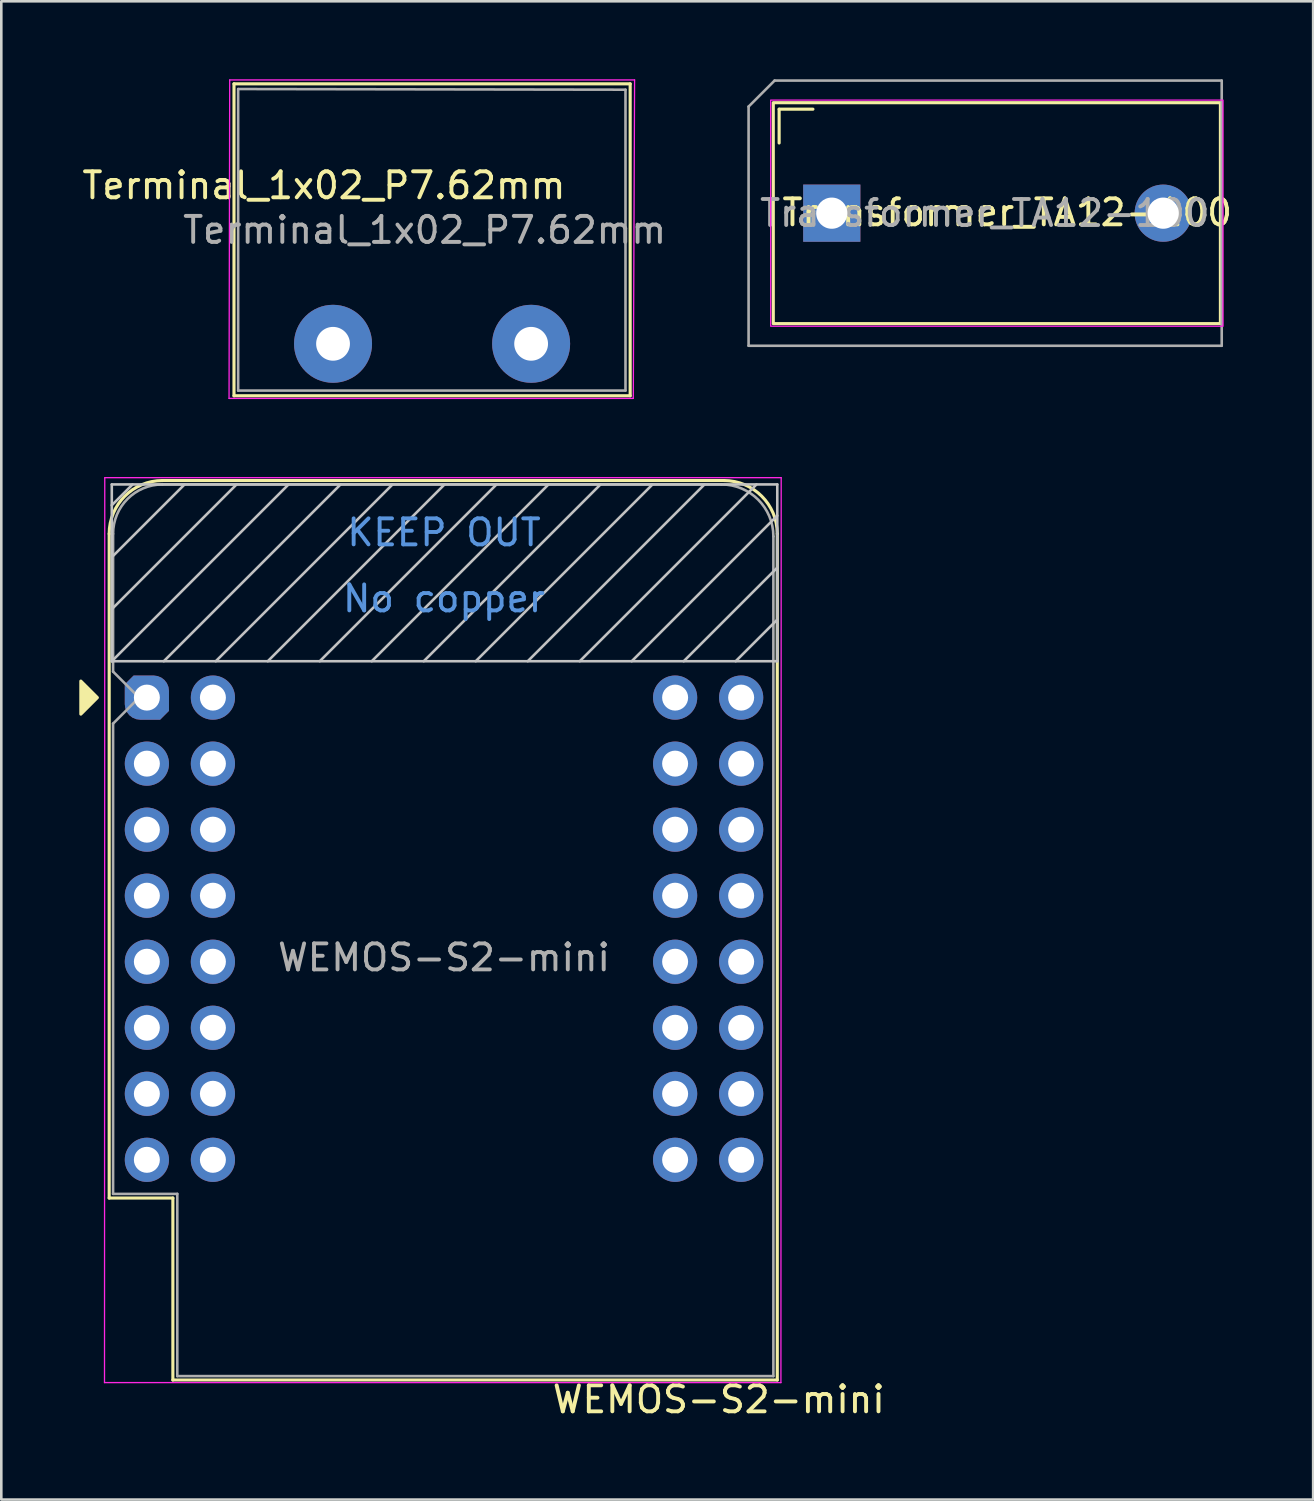
<source format=kicad_pcb>
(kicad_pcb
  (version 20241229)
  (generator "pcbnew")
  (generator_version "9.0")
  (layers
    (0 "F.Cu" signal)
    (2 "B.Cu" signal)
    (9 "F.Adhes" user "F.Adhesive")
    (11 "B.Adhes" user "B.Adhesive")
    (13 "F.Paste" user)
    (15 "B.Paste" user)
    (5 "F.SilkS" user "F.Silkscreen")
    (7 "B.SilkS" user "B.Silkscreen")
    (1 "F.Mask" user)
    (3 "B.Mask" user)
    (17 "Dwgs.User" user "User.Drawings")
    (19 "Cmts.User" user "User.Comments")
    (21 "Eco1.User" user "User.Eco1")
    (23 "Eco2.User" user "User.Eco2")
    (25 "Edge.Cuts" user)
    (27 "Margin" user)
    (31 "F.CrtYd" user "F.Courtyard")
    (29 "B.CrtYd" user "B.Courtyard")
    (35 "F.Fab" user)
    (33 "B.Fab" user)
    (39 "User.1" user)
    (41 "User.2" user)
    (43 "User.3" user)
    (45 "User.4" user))
  (footprint "Transformer_TA12-100"
    (layer "F.Cu")
    (at 28.946 5.15)
    (property "Reference" "Transformer_TA12-100" (at 6.75 -0.025 180) (layer "F.SilkS") (effects (font (size 1 1) (thickness 0.15))))
    (attr through_hole)
    (fp_line (start -2.025 -4) (end -0.725 -4) (stroke (width 0.12) (type default)) (layer "F.SilkS"))
    (fp_line (start -2.025 -2.7) (end -2.025 -4) (stroke (width 0.12) (type default)) (layer "F.SilkS"))
    (fp_rect (start -2.25 -4.25) (end 14.95 4.25) (stroke (width 0.12) (type default)) (fill no) (layer "F.SilkS"))
    (fp_rect (start -2.35 -4.35) (end 15.05 4.35) (stroke (width 0.05) (type default)) (fill no) (layer "F.CrtYd"))
    (fp_line (start -3.2 -4.1) (end -2.2 -5.1) (stroke (width 0.1) (type default)) (layer "F.Fab"))
    (fp_line (start -3.2 5.1) (end -3.2 -4.1) (stroke (width 0.1) (type default)) (layer "F.Fab"))
    (fp_line (start -2.2 -5.1) (end 15 -5.1) (stroke (width 0.1) (type default)) (layer "F.Fab"))
    (fp_line (start 15 -5.1) (end 15 5.1) (stroke (width 0.1) (type default)) (layer "F.Fab"))
    (fp_line (start 15 5.1) (end -3.2 5.1) (stroke (width 0.1) (type default)) (layer "F.Fab"))
    (fp_text user "${REFERENCE}" (at 5.89 0 180) (layer "F.Fab") (effects (font (size 1 1) (thickness 0.15))))
    (pad "1" thru_hole rect (at 0 0) (size 2.2 2.2) (drill 1.2) (layers "*.Cu" "*.Mask"))
    (pad "2" thru_hole circle (at 12.75 0) (size 2.2 2.2) (drill 1.2) (layers "*.Cu" "*.Mask")))
  (footprint "Terminal_1x02_P7.62mm"
    (layer "F.Cu")
    (at 9.761 10.175)
    (property "Reference" "Terminal_1x02_P7.62mm" (at -0.35 -6.09 0) (layer "F.SilkS") (effects (font (size 1 1) (thickness 0.15))))
    (attr through_hole)
    (fp_line (start -3.81 -10) (end -3.81 2) (stroke (width 0.12) (type solid)) (layer "F.SilkS"))
    (fp_line (start -3.81 -10) (end 11.43 -10) (stroke (width 0.12) (type solid)) (layer "F.SilkS"))
    (fp_line (start -3.81 2) (end 11.43 2) (stroke (width 0.12) (type solid)) (layer "F.SilkS"))
    (fp_line (start 11.43 -10) (end 11.43 2) (stroke (width 0.12) (type solid)) (layer "F.SilkS"))
    (fp_line (start -4 2.1) (end 11.55 2.1) (stroke (width 0.05) (type solid)) (layer "F.CrtYd"))
    (fp_line (start -3.975 -10.15) (end -4 2.1) (stroke (width 0.05) (type solid)) (layer "F.CrtYd"))
    (fp_line (start -3.975 -10.15) (end 11.6 -10.15) (stroke (width 0.05) (type solid)) (layer "F.CrtYd"))
    (fp_line (start 11.6 -10.15) (end 11.55 2.1) (stroke (width 0.05) (type solid)) (layer "F.CrtYd"))
    (fp_line (start -3.65 -9.8) (end 11.25 -9.775) (stroke (width 0.1) (type solid)) (layer "F.Fab"))
    (fp_line (start -3.65 1.8) (end -3.65 -9.8) (stroke (width 0.1) (type solid)) (layer "F.Fab"))
    (fp_line (start 11.25 -9.775) (end 11.25 1.8) (stroke (width 0.1) (type solid)) (layer "F.Fab"))
    (fp_line (start 11.25 1.8) (end -3.65 1.8) (stroke (width 0.1) (type solid)) (layer "F.Fab"))
    (fp_text user "${REFERENCE}" (at 3.525 -4.375 0) (layer "F.Fab") (effects (font (size 1 1) (thickness 0.15))))
    (pad "1" thru_hole circle (at 0 0) (size 3 3) (drill 1.3) (layers "*.Cu" "*.Mask"))
    (pad "2" thru_hole circle (at 7.62 0) (size 3 3) (drill 1.3) (layers "*.Cu" "*.Mask")))
  (footprint "WEMOS-S2-mini"
    (layer "F.Cu")
    (at 2.6 23.785)
    (property "Reference" "WEMOS-S2-mini" (at 22 27 0) (layer "F.SilkS") (effects (font (size 1 1) (thickness 0.15))))
    (attr through_hole)
    (fp_line (start -1.45 19.25) (end -1.45 -6.3) (stroke (width 0.12) (type solid)) (layer "F.SilkS"))
    (fp_line (start -1.45 19.25) (end 1 19.25) (stroke (width 0.12) (type solid)) (layer "F.SilkS"))
    (fp_line (start 1 19.25) (end 1 26.25) (stroke (width 0.12) (type solid)) (layer "F.SilkS"))
    (fp_line (start 1 26.25) (end 24.25 26.25) (stroke (width 0.12) (type solid)) (layer "F.SilkS"))
    (fp_line (start 22.2 -8.35) (end 0.6 -8.35) (stroke (width 0.12) (type solid)) (layer "F.SilkS"))
    (fp_line (start 24.25 26.25) (end 24.25 -6.3) (stroke (width 0.12) (type solid)) (layer "F.SilkS"))
    (fp_arc (start -1.45 -6.3) (mid -0.849569 -7.749569) (end 0.6 -8.35) (stroke (width 0.12) (type solid)) (layer "F.SilkS"))
    (fp_arc (start 22.2 -8.35) (mid 23.649569 -7.749569) (end 24.25 -6.3) (stroke (width 0.12) (type solid)) (layer "F.SilkS"))
    (fp_poly (pts (xy -2.54 -0.635) (xy -2.54 0.635) (xy -1.905 0)) (stroke (width 0.12) (type solid)) (fill yes) (layer "F.SilkS"))
    (fp_line (start -1.35 -8.2) (end -1.35 -1.4) (stroke (width 0.1) (type solid)) (layer "Dwgs.User"))
    (fp_line (start -1.35 -7.4) (end -0.55 -8.2) (stroke (width 0.1) (type solid)) (layer "Dwgs.User"))
    (fp_line (start -1.35 -3.4) (end 3.45 -8.2) (stroke (width 0.1) (type solid)) (layer "Dwgs.User"))
    (fp_line (start -1.35 -1.4) (end 5.45 -8.2) (stroke (width 0.1) (type solid)) (layer "Dwgs.User"))
    (fp_line (start -1.35 -1.4) (end 24.25 -1.4) (stroke (width 0.1) (type solid)) (layer "Dwgs.User"))
    (fp_line (start -1.3 -5.45) (end 1.45 -8.2) (stroke (width 0.1) (type solid)) (layer "Dwgs.User"))
    (fp_line (start 0.65 -1.4) (end 7.45 -8.2) (stroke (width 0.1) (type solid)) (layer "Dwgs.User"))
    (fp_line (start 2.65 -1.4) (end 9.45 -8.2) (stroke (width 0.1) (type solid)) (layer "Dwgs.User"))
    (fp_line (start 4.65 -1.4) (end 11.45 -8.2) (stroke (width 0.1) (type solid)) (layer "Dwgs.User"))
    (fp_line (start 6.65 -1.4) (end 13.45 -8.2) (stroke (width 0.1) (type solid)) (layer "Dwgs.User"))
    (fp_line (start 8.65 -1.4) (end 15.45 -8.2) (stroke (width 0.1) (type solid)) (layer "Dwgs.User"))
    (fp_line (start 10.65 -1.4) (end 17.45 -8.2) (stroke (width 0.1) (type solid)) (layer "Dwgs.User"))
    (fp_line (start 12.65 -1.4) (end 19.45 -8.2) (stroke (width 0.1) (type solid)) (layer "Dwgs.User"))
    (fp_line (start 14.65 -1.4) (end 21.45 -8.2) (stroke (width 0.1) (type solid)) (layer "Dwgs.User"))
    (fp_line (start 16.65 -1.4) (end 23.45 -8.2) (stroke (width 0.1) (type solid)) (layer "Dwgs.User"))
    (fp_line (start 18.65 -1.4) (end 24.25 -7) (stroke (width 0.1) (type solid)) (layer "Dwgs.User"))
    (fp_line (start 20.65 -1.4) (end 24.25 -5) (stroke (width 0.1) (type solid)) (layer "Dwgs.User"))
    (fp_line (start 22.65 -1.4) (end 24.25 -3) (stroke (width 0.1) (type solid)) (layer "Dwgs.User"))
    (fp_line (start 24.25 -8.2) (end -1.35 -8.2) (stroke (width 0.1) (type solid)) (layer "Dwgs.User"))
    (fp_line (start 24.25 -1.4) (end 24.25 -8.2) (stroke (width 0.1) (type solid)) (layer "Dwgs.User"))
    (fp_line (start -1.63 26.35) (end -1.62 -8.46) (stroke (width 0.05) (type solid)) (layer "F.CrtYd"))
    (fp_line (start -1.62 -8.46) (end 24.4 -8.46) (stroke (width 0.05) (type solid)) (layer "F.CrtYd"))
    (fp_line (start 24.39 26.35) (end -1.63 26.35) (stroke (width 0.05) (type solid)) (layer "F.CrtYd"))
    (fp_line (start 24.4 -8.46) (end 24.39 26.35) (stroke (width 0.05) (type solid)) (layer "F.CrtYd"))
    (fp_line (start -1.3 -6.3) (end -1.3 -1) (stroke (width 0.1) (type solid)) (layer "F.Fab"))
    (fp_line (start -1.3 1) (end -1.3 19.09) (stroke (width 0.1) (type solid)) (layer "F.Fab"))
    (fp_line (start -1.3 1) (end -0.3 0) (stroke (width 0.1) (type solid)) (layer "F.Fab"))
    (fp_line (start -1.3 19.09) (end 1.17 19.09) (stroke (width 0.1) (type solid)) (layer "F.Fab"))
    (fp_line (start -0.3 0) (end -1.3 -1) (stroke (width 0.1) (type solid)) (layer "F.Fab"))
    (fp_line (start 1.17 19.09) (end 1.17 26.1) (stroke (width 0.1) (type solid)) (layer "F.Fab"))
    (fp_line (start 1.17 26.1) (end 24.1 26.1) (stroke (width 0.1) (type solid)) (layer "F.Fab"))
    (fp_line (start 22.1 -8.2) (end 0.6 -8.2) (stroke (width 0.1) (type solid)) (layer "F.Fab"))
    (fp_line (start 24.1 26.1) (end 24.1 -6.2) (stroke (width 0.1) (type solid)) (layer "F.Fab"))
    (fp_arc (start -1.3 -6.3) (mid -0.743503 -7.643503) (end 0.6 -8.2) (stroke (width 0.1) (type solid)) (layer "F.Fab"))
    (fp_arc (start 22.1 -8.2) (mid 23.514214 -7.614214) (end 24.1 -6.2) (stroke (width 0.1) (type solid)) (layer "F.Fab"))
    (fp_text user "KEEP OUT" (at 11.43 -6.35 0) (layer "Cmts.User") (effects (font (size 1 1) (thickness 0.15))))
    (fp_text user "No copper" (at 11.43 -3.81 0) (layer "Cmts.User") (effects (font (size 1 1) (thickness 0.15))))
    (fp_text user "${REFERENCE}" (at 11.43 10 0) (layer "F.Fab") (effects (font (size 1 1) (thickness 0.15))))
    (pad "1" thru_hole roundrect (at 0 0) (size 1.7 1.7) (drill 1) (layers "*.Cu" "*.Mask") (roundrect_rratio 0.35) (chamfer_ratio 0.2) (chamfer top_left bottom_right))
    (pad "2" thru_hole circle (at 0 2.54) (size 1.7 1.7) (drill 1) (layers "*.Cu" "*.Mask"))
    (pad "3" thru_hole circle (at 0 5.08) (size 1.7 1.7) (drill 1) (layers "*.Cu" "*.Mask"))
    (pad "4" thru_hole circle (at 0 7.62) (size 1.7 1.7) (drill 1) (layers "*.Cu" "*.Mask"))
    (pad "5" thru_hole circle (at 0 10.16) (size 1.7 1.7) (drill 1) (layers "*.Cu" "*.Mask"))
    (pad "6" thru_hole circle (at 0 12.7) (size 1.7 1.7) (drill 1) (layers "*.Cu" "*.Mask"))
    (pad "7" thru_hole circle (at 0 15.24) (size 1.7 1.7) (drill 1) (layers "*.Cu" "*.Mask"))
    (pad "8" thru_hole circle (at 0 17.78) (size 1.7 1.7) (drill 1) (layers "*.Cu" "*.Mask"))
    (pad "9" thru_hole circle (at 22.86 17.78) (size 1.7 1.7) (drill 1) (layers "*.Cu" "*.Mask"))
    (pad "10" thru_hole circle (at 22.86 15.24) (size 1.7 1.7) (drill 1) (layers "*.Cu" "*.Mask"))
    (pad "11" thru_hole circle (at 22.86 12.7) (size 1.7 1.7) (drill 1) (layers "*.Cu" "*.Mask"))
    (pad "12" thru_hole circle (at 22.86 10.16) (size 1.7 1.7) (drill 1) (layers "*.Cu" "*.Mask"))
    (pad "13" thru_hole circle (at 22.86 7.62) (size 1.7 1.7) (drill 1) (layers "*.Cu" "*.Mask"))
    (pad "14" thru_hole circle (at 22.86 5.08) (size 1.7 1.7) (drill 1) (layers "*.Cu" "*.Mask"))
    (pad "15" thru_hole circle (at 22.86 2.54) (size 1.7 1.7) (drill 1) (layers "*.Cu" "*.Mask"))
    (pad "16" thru_hole circle (at 22.86 0) (size 1.7 1.7) (drill 1) (layers "*.Cu" "*.Mask"))
    (pad "17" thru_hole circle (at 2.54 0) (size 1.7 1.7) (drill 1) (layers "*.Cu" "*.Mask"))
    (pad "18" thru_hole circle (at 2.54 2.54) (size 1.7 1.7) (drill 1) (layers "*.Cu" "*.Mask"))
    (pad "19" thru_hole circle (at 2.54 5.08) (size 1.7 1.7) (drill 1) (layers "*.Cu" "*.Mask"))
    (pad "20" thru_hole circle (at 2.54 7.62) (size 1.7 1.7) (drill 1) (layers "*.Cu" "*.Mask"))
    (pad "21" thru_hole circle (at 2.54 10.16) (size 1.7 1.7) (drill 1) (layers "*.Cu" "*.Mask"))
    (pad "22" thru_hole circle (at 2.54 12.7) (size 1.7 1.7) (drill 1) (layers "*.Cu" "*.Mask"))
    (pad "23" thru_hole circle (at 2.54 15.24) (size 1.7 1.7) (drill 1) (layers "*.Cu" "*.Mask"))
    (pad "24" thru_hole circle (at 2.54 17.78) (size 1.7 1.7) (drill 1) (layers "*.Cu" "*.Mask"))
    (pad "25" thru_hole circle (at 20.32 17.78) (size 1.7 1.7) (drill 1) (layers "*.Cu" "*.Mask"))
    (pad "26" thru_hole circle (at 20.32 15.24) (size 1.7 1.7) (drill 1) (layers "*.Cu" "*.Mask"))
    (pad "27" thru_hole circle (at 20.32 12.7) (size 1.7 1.7) (drill 1) (layers "*.Cu" "*.Mask"))
    (pad "28" thru_hole circle (at 20.32 10.16) (size 1.7 1.7) (drill 1) (layers "*.Cu" "*.Mask"))
    (pad "29" thru_hole circle (at 20.32 7.62) (size 1.7 1.7) (drill 1) (layers "*.Cu" "*.Mask"))
    (pad "30" thru_hole circle (at 20.32 5.08) (size 1.7 1.7) (drill 1) (layers "*.Cu" "*.Mask"))
    (pad "31" thru_hole circle (at 20.32 2.54) (size 1.7 1.7) (drill 1) (layers "*.Cu" "*.Mask"))
    (pad "32" thru_hole circle (at 20.32 0) (size 1.7 1.7) (drill 1) (layers "*.Cu" "*.Mask")))
  (gr_rect
    (start -3 -3)
    (end 47.464 54.633)
    (stroke (width 0.1) (type default))
    (fill no)
    (layer "Edge.Cuts")))
</source>
